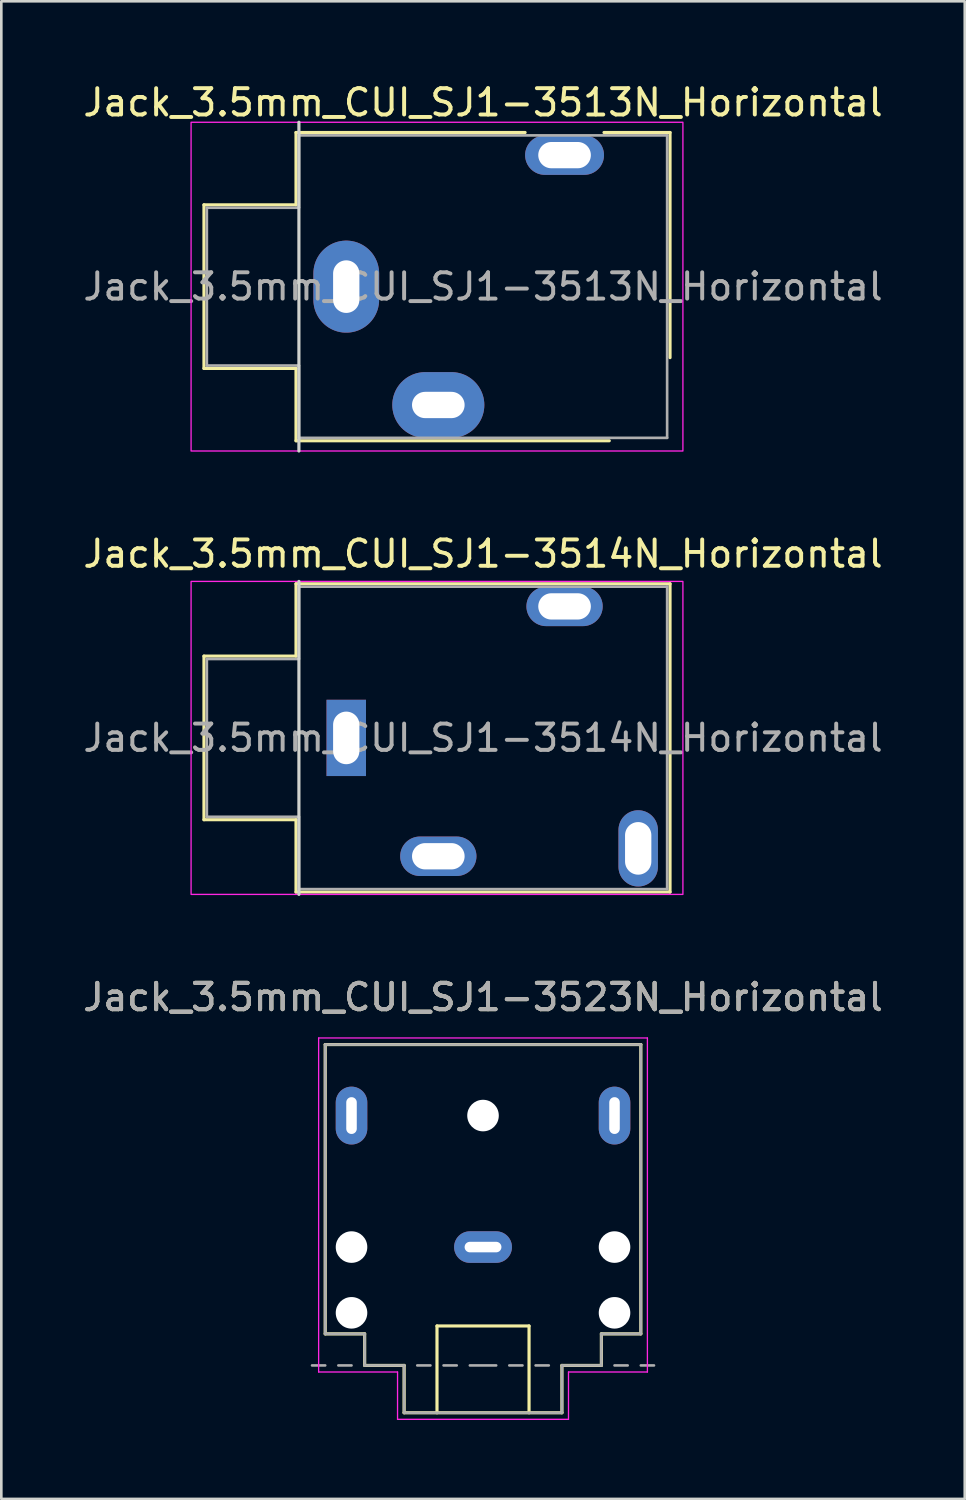
<source format=kicad_pcb>
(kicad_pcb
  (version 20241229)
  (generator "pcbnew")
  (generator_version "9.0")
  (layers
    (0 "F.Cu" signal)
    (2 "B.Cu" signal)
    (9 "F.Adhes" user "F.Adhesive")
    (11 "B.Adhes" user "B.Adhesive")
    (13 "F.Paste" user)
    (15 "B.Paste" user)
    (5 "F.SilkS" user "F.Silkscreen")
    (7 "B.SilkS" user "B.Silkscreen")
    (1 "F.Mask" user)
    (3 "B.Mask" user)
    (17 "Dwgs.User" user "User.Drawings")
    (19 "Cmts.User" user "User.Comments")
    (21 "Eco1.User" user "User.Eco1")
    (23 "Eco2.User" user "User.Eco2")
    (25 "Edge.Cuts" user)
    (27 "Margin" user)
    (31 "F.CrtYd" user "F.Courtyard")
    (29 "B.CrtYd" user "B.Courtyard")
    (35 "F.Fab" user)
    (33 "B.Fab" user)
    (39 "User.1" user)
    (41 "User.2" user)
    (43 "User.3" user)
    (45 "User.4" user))
  (footprint "Jack_3.5mm_CUI_SJ1-3523N_Horizontal"
    (layer "F.Cu")
    (at 15.315 44.365)
    (property "Reference" "Jack_3.5mm_CUI_SJ1-3523N_Horizontal" (at 0 -9.5 0) (layer "F.SilkS") (effects (font (size 1 1) (thickness 0.15))))
    (attr through_hole exclude_from_pos_files exclude_from_bom)
    (fp_line (start -6 -7.7) (end 6 -7.7) (stroke (width 0.12) (type solid)) (layer "F.SilkS"))
    (fp_line (start -6 3.3) (end -6 -7.7) (stroke (width 0.12) (type solid)) (layer "F.SilkS"))
    (fp_line (start -4.5 3.3) (end -6 3.3) (stroke (width 0.12) (type solid)) (layer "F.SilkS"))
    (fp_line (start -4.5 4.5) (end -4.5 3.3) (stroke (width 0.12) (type solid)) (layer "F.SilkS"))
    (fp_line (start -3 4.5) (end -4.5 4.5) (stroke (width 0.12) (type solid)) (layer "F.SilkS"))
    (fp_line (start -3 6.3) (end -3 4.5) (stroke (width 0.12) (type solid)) (layer "F.SilkS"))
    (fp_line (start -1.75 3) (end -1.75 6.3) (stroke (width 0.12) (type solid)) (layer "F.SilkS"))
    (fp_line (start 1.75 3) (end -1.75 3) (stroke (width 0.12) (type solid)) (layer "F.SilkS"))
    (fp_line (start 1.75 6.3) (end 1.75 3) (stroke (width 0.12) (type solid)) (layer "F.SilkS"))
    (fp_line (start 3 4.5) (end 3 6.3) (stroke (width 0.12) (type solid)) (layer "F.SilkS"))
    (fp_line (start 3 6.3) (end -3 6.3) (stroke (width 0.12) (type solid)) (layer "F.SilkS"))
    (fp_line (start 4.5 3.3) (end 4.5 4.5) (stroke (width 0.12) (type solid)) (layer "F.SilkS"))
    (fp_line (start 4.5 4.5) (end 3 4.5) (stroke (width 0.12) (type solid)) (layer "F.SilkS"))
    (fp_line (start 6 -7.7) (end 6 3.3) (stroke (width 0.12) (type solid)) (layer "F.SilkS"))
    (fp_line (start 6 3.3) (end 4.5 3.3) (stroke (width 0.12) (type solid)) (layer "F.SilkS"))
    (fp_line (start -6.25 -7.95) (end -6.25 4.75) (stroke (width 0.05) (type solid)) (layer "F.CrtYd"))
    (fp_line (start -6.25 4.75) (end -3.25 4.75) (stroke (width 0.05) (type solid)) (layer "F.CrtYd"))
    (fp_line (start -3.25 4.75) (end -3.25 6.55) (stroke (width 0.05) (type solid)) (layer "F.CrtYd"))
    (fp_line (start -3.25 6.55) (end 3.25 6.55) (stroke (width 0.05) (type solid)) (layer "F.CrtYd"))
    (fp_line (start 3.25 4.75) (end 6.25 4.75) (stroke (width 0.05) (type solid)) (layer "F.CrtYd"))
    (fp_line (start 3.25 6.55) (end 3.25 4.75) (stroke (width 0.05) (type solid)) (layer "F.CrtYd"))
    (fp_line (start 6.25 -7.95) (end -6.25 -7.95) (stroke (width 0.05) (type solid)) (layer "F.CrtYd"))
    (fp_line (start 6.25 4.5) (end 6.25 -7.95) (stroke (width 0.05) (type solid)) (layer "F.CrtYd"))
    (fp_line (start 6.25 4.75) (end 6.25 4.5) (stroke (width 0.05) (type solid)) (layer "F.CrtYd"))
    (fp_line (start -6 -7.7) (end 6 -7.7) (stroke (width 0.1) (type solid)) (layer "F.Fab"))
    (fp_line (start -6 3.3) (end -6 -7.7) (stroke (width 0.1) (type solid)) (layer "F.Fab"))
    (fp_line (start -6 4.5) (end -6.5 4.5) (stroke (width 0.1) (type solid)) (layer "F.Fab"))
    (fp_line (start -5 4.5) (end -5.5 4.5) (stroke (width 0.1) (type solid)) (layer "F.Fab"))
    (fp_line (start -4.5 3.3) (end -6 3.3) (stroke (width 0.1) (type solid)) (layer "F.Fab"))
    (fp_line (start -4.5 4.5) (end -4.5 3.3) (stroke (width 0.1) (type solid)) (layer "F.Fab"))
    (fp_line (start -4.5 4.5) (end -3 4.5) (stroke (width 0.1) (type solid)) (layer "F.Fab"))
    (fp_line (start -3 4.5) (end -3 6.3) (stroke (width 0.1) (type solid)) (layer "F.Fab"))
    (fp_line (start -3 6.3) (end 3 6.3) (stroke (width 0.1) (type solid)) (layer "F.Fab"))
    (fp_line (start -2 4.5) (end -2.5 4.5) (stroke (width 0.1) (type solid)) (layer "F.Fab"))
    (fp_line (start -1 4.5) (end -1.5 4.5) (stroke (width 0.1) (type solid)) (layer "F.Fab"))
    (fp_line (start 0.5 4.5) (end -0.5 4.5) (stroke (width 0.1) (type solid)) (layer "F.Fab"))
    (fp_line (start 1.5 4.5) (end 1 4.5) (stroke (width 0.1) (type solid)) (layer "F.Fab"))
    (fp_line (start 2.5 4.5) (end 2 4.5) (stroke (width 0.1) (type solid)) (layer "F.Fab"))
    (fp_line (start 3 4.5) (end 3 6.3) (stroke (width 0.1) (type solid)) (layer "F.Fab"))
    (fp_line (start 4.5 3.3) (end 6 3.3) (stroke (width 0.1) (type solid)) (layer "F.Fab"))
    (fp_line (start 4.5 4.5) (end 3 4.5) (stroke (width 0.1) (type solid)) (layer "F.Fab"))
    (fp_line (start 4.5 4.5) (end 4.5 3.3) (stroke (width 0.1) (type solid)) (layer "F.Fab"))
    (fp_line (start 5 4.5) (end 5.5 4.5) (stroke (width 0.1) (type solid)) (layer "F.Fab"))
    (fp_line (start 6 3.3) (end 6 -7.7) (stroke (width 0.1) (type solid)) (layer "F.Fab"))
    (fp_line (start 6 4.5) (end 6.5 4.5) (stroke (width 0.1) (type solid)) (layer "F.Fab"))
    (fp_text user "${REFERENCE}" (at 0 -9.5 0) (layer "F.Fab") (effects (font (size 1 1) (thickness 0.15))))
    (fp_text user "${REFERENCE}" (at 0 -9.5 0) (layer "F.Fab") (effects (font (size 1 1) (thickness 0.15))))
    (pad "" np_thru_hole circle (at -5 0) (size 1.2 1.2) (drill 1.2) (layers "*.Cu"))
    (pad "" np_thru_hole circle (at -5 2.5) (size 1.2 1.2) (drill 1.2) (layers "*.Cu"))
    (pad "" np_thru_hole circle (at 0 -5) (size 1.2 1.2) (drill 1.2) (layers "*.Cu"))
    (pad "" np_thru_hole circle (at 5 0) (size 1.2 1.2) (drill 1.2) (layers "*.Cu"))
    (pad "" np_thru_hole circle (at 5 2.5) (size 1.2 1.2) (drill 1.2) (layers "*.Cu"))
    (pad "R" thru_hole oval (at -5 -5) (size 1.2 2.2) (drill oval 0.4 1.4) (layers "*.Cu" "*.Mask"))
    (pad "S" thru_hole oval (at 0 0) (size 2.2 1.2) (drill oval 1.4 0.4) (layers "*.Cu" "*.Mask"))
    (pad "T" thru_hole oval (at 5 -5 180) (size 1.2 2.2) (drill oval 0.4 1.4) (layers "*.Cu" "*.Mask")))
  (footprint "Jack_3.5mm_CUI_SJ1-3514N_Horizontal"
    (layer "F.Cu")
    (at 10.115 25.006)
    (property "Reference" "Jack_3.5mm_CUI_SJ1-3514N_Horizontal" (at 5.2 -7 0) (unlocked yes) (layer "F.SilkS") (effects (font (size 1 1) (thickness 0.15))))
    (attr through_hole)
    (fp_line (start -5.41 -3.11) (end -5.41 3.11) (stroke (width 0.12) (type solid)) (layer "F.SilkS"))
    (fp_line (start -1.91 -5.86) (end -1.91 -3.11) (stroke (width 0.12) (type solid)) (layer "F.SilkS"))
    (fp_line (start -1.91 -3.11) (end -5.41 -3.11) (stroke (width 0.12) (type solid)) (layer "F.SilkS"))
    (fp_line (start -1.91 3.11) (end -5.41 3.11) (stroke (width 0.12) (type solid)) (layer "F.SilkS"))
    (fp_line (start -1.91 5.86) (end -1.91 3.11) (stroke (width 0.12) (type solid)) (layer "F.SilkS"))
    (fp_line (start 12.31 -5.86) (end -1.91 -5.86) (stroke (width 0.12) (type solid)) (layer "F.SilkS"))
    (fp_line (start 12.31 -5.86) (end 12.31 5.86) (stroke (width 0.12) (type solid)) (layer "F.SilkS"))
    (fp_line (start 12.31 5.86) (end -1.91 5.86) (stroke (width 0.12) (type solid)) (layer "F.SilkS"))
    (fp_line (start -1.8 -5.95) (end -1.8 5.95) (stroke (width 0.12) (type solid)) (layer "Edge.Cuts"))
    (fp_rect (start -5.9 -5.95) (end 12.8 5.95) (stroke (width 0.05) (type solid)) (fill no) (layer "F.CrtYd"))
    (fp_line (start -5.3 -3) (end -5.3 3) (stroke (width 0.1) (type solid)) (layer "F.Fab"))
    (fp_line (start -1.8 -5.75) (end -1.8 -3) (stroke (width 0.1) (type solid)) (layer "F.Fab"))
    (fp_line (start -1.8 -3) (end -5.3 -3) (stroke (width 0.1) (type solid)) (layer "F.Fab"))
    (fp_line (start -1.8 3) (end -5.3 3) (stroke (width 0.1) (type solid)) (layer "F.Fab"))
    (fp_line (start -1.8 5.75) (end -1.8 3) (stroke (width 0.1) (type solid)) (layer "F.Fab"))
    (fp_line (start 12.2 -5.75) (end -1.8 -5.75) (stroke (width 0.1) (type solid)) (layer "F.Fab"))
    (fp_line (start 12.2 -5.75) (end 12.2 5.75) (stroke (width 0.1) (type solid)) (layer "F.Fab"))
    (fp_line (start 12.2 5.75) (end -1.8 5.75) (stroke (width 0.1) (type solid)) (layer "F.Fab"))
    (fp_text user "${REFERENCE}" (at 5.2 0 0) (unlocked yes) (layer "F.Fab") (effects (font (size 1 1) (thickness 0.15))))
    (pad "1" thru_hole rect (at 0 0 270) (size 2.9 1.5) (drill oval 2 1) (layers "*.Cu" "*.Mask"))
    (pad "2" thru_hole oval (at 3.5 4.5) (size 2.9 1.5) (drill oval 2 1) (layers "*.Cu" "*.Mask"))
    (pad "3" thru_hole oval (at 8.3 -5) (size 2.9 1.5) (drill oval 2 1) (layers "*.Cu" "*.Mask"))
    (pad "4" thru_hole oval (at 11.1 4.2 90) (size 2.9 1.5) (drill oval 2 1) (layers "*.Cu" "*.Mask")))
  (footprint "Jack_3.5mm_CUI_SJ1-3513N_Horizontal"
    (layer "F.Cu")
    (at 10.115 7.848)
    (property "Reference" "Jack_3.5mm_CUI_SJ1-3513N_Horizontal" (at 5.2 -7 0) (unlocked yes) (layer "F.SilkS") (effects (font (size 1 1) (thickness 0.15))))
    (attr through_hole)
    (fp_line (start -5.41 -3.11) (end -5.41 3.11) (stroke (width 0.12) (type solid)) (layer "F.SilkS"))
    (fp_line (start -1.91 -5.86) (end -1.91 -3.11) (stroke (width 0.12) (type solid)) (layer "F.SilkS"))
    (fp_line (start -1.91 -3.11) (end -5.41 -3.11) (stroke (width 0.12) (type solid)) (layer "F.SilkS"))
    (fp_line (start -1.91 3.11) (end -5.41 3.11) (stroke (width 0.12) (type solid)) (layer "F.SilkS"))
    (fp_line (start -1.91 5.86) (end -1.91 3.11) (stroke (width 0.12) (type solid)) (layer "F.SilkS"))
    (fp_line (start 6.8 -5.86) (end -1.91 -5.86) (stroke (width 0.12) (type solid)) (layer "F.SilkS"))
    (fp_line (start 10 5.86) (end -1.91 5.86) (stroke (width 0.12) (type solid)) (layer "F.SilkS"))
    (fp_line (start 12.31 -5.86) (end 9.8 -5.86) (stroke (width 0.12) (type solid)) (layer "F.SilkS"))
    (fp_line (start 12.31 -5.86) (end 12.31 2.7) (stroke (width 0.12) (type solid)) (layer "F.SilkS"))
    (fp_line (start -1.8 -6.25) (end -1.8 6.25) (stroke (width 0.12) (type solid)) (layer "Edge.Cuts"))
    (fp_rect (start -5.9 -6.25) (end 12.8 6.25) (stroke (width 0.05) (type solid)) (fill no) (layer "F.CrtYd"))
    (fp_line (start -5.3 -3) (end -5.3 3) (stroke (width 0.1) (type solid)) (layer "F.Fab"))
    (fp_line (start -1.8 -5.75) (end -1.8 -3) (stroke (width 0.1) (type solid)) (layer "F.Fab"))
    (fp_line (start -1.8 -3) (end -5.3 -3) (stroke (width 0.1) (type solid)) (layer "F.Fab"))
    (fp_line (start -1.8 3) (end -5.3 3) (stroke (width 0.1) (type solid)) (layer "F.Fab"))
    (fp_line (start -1.8 5.75) (end -1.8 3) (stroke (width 0.1) (type solid)) (layer "F.Fab"))
    (fp_line (start 12.2 -5.75) (end -1.8 -5.75) (stroke (width 0.1) (type solid)) (layer "F.Fab"))
    (fp_line (start 12.2 -5.75) (end 12.2 5.75) (stroke (width 0.1) (type solid)) (layer "F.Fab"))
    (fp_line (start 12.2 5.75) (end -1.8 5.75) (stroke (width 0.1) (type solid)) (layer "F.Fab"))
    (fp_text user "${REFERENCE}" (at 5.2 0 0) (unlocked yes) (layer "F.Fab") (effects (font (size 1 1) (thickness 0.15))))
    (pad "R" thru_hole oval (at 8.3 -5) (size 3 1.5) (drill oval 2 1) (layers "*.Cu" "*.Mask"))
    (pad "S" thru_hole oval (at 0 0 270) (size 3.5 2.5) (drill oval 2 1) (layers "*.Cu" "*.Mask"))
    (pad "T" thru_hole oval (at 3.5 4.5) (size 3.5 2.5) (drill oval 2 1) (layers "*.Cu" "*.Mask")))
  (gr_rect
    (start -3 -3)
    (end 33.631 53.94)
    (stroke (width 0.1) (type default))
    (fill no)
    (layer "Edge.Cuts")))
</source>
